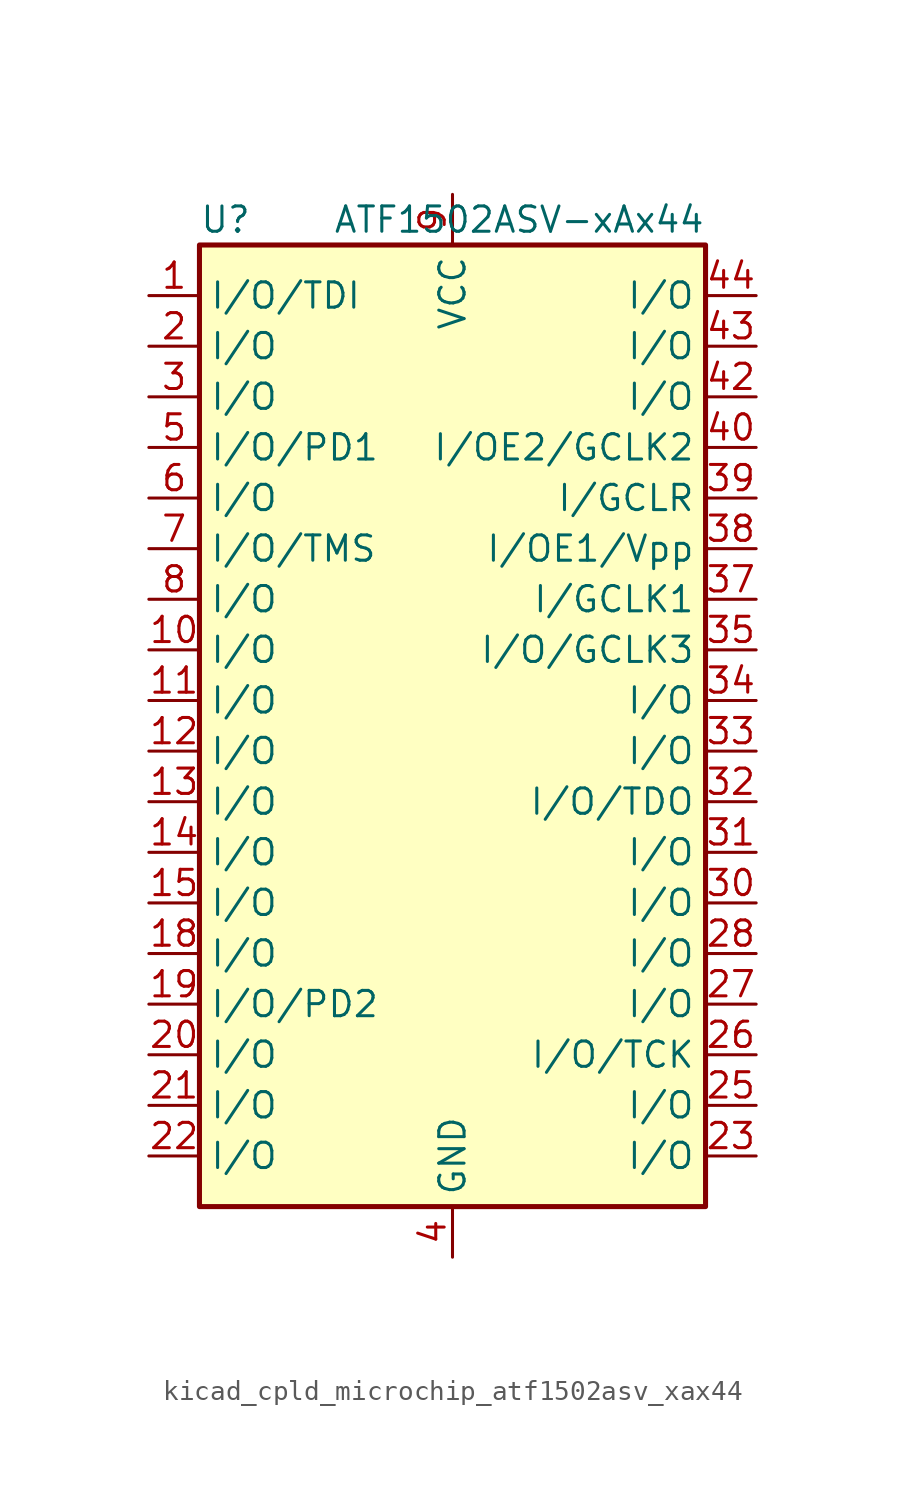
<source format=kicad_sym>
(kicad_symbol_lib
  (version 20220914)
  (generator kicad_symbol_editor)
  (symbol "kicad_cpld_microchip_atf1502asv_xax44"
    (property "Reference" "U"
      (at -12.7 24.13 0)
      (effects (font (size 1.27 1.27)) (justify left)))
    (property "Value" "ATF1502ASV-xAx44"
      (at 12.7 24.13 0)
      (effects (font (size 1.27 1.27)) (justify right)))
    (symbol "kicad_cpld_microchip_atf1502asv_xax44_0_1"
      (rectangle (start -12.7 22.86) (end 12.7 -25.4) (stroke (width 0.254) (type default)) (fill (type background))))
    (symbol "kicad_cpld_microchip_atf1502asv_xax44_1_1"
      (pin bidirectional line (at -15.24 20.32 0) (length 2.54) (name "I/O/TDI" (effects (font (size 1.27 1.27)))) (number "1" (effects (font (size 1.27 1.27)))))
      (pin bidirectional line (at -15.24 2.54 0) (length 2.54) (name "I/O" (effects (font (size 1.27 1.27)))) (number "10" (effects (font (size 1.27 1.27)))))
      (pin bidirectional line (at -15.24 0 0) (length 2.54) (name "I/O" (effects (font (size 1.27 1.27)))) (number "11" (effects (font (size 1.27 1.27)))))
      (pin bidirectional line (at -15.24 -2.54 0) (length 2.54) (name "I/O" (effects (font (size 1.27 1.27)))) (number "12" (effects (font (size 1.27 1.27)))))
      (pin bidirectional line (at -15.24 -5.08 0) (length 2.54) (name "I/O" (effects (font (size 1.27 1.27)))) (number "13" (effects (font (size 1.27 1.27)))))
      (pin bidirectional line (at -15.24 -7.62 0) (length 2.54) (name "I/O" (effects (font (size 1.27 1.27)))) (number "14" (effects (font (size 1.27 1.27)))))
      (pin bidirectional line (at -15.24 -10.16 0) (length 2.54) (name "I/O" (effects (font (size 1.27 1.27)))) (number "15" (effects (font (size 1.27 1.27)))))
      (pin passive line (at 0 -27.94 90) (length 2.54) hide (name "GND" (effects (font (size 1.27 1.27)))) (number "16" (effects (font (size 1.27 1.27)))))
      (pin passive line (at 0 25.4 270) (length 2.54) hide (name "VCC" (effects (font (size 1.27 1.27)))) (number "17" (effects (font (size 1.27 1.27)))))
      (pin bidirectional line (at -15.24 -12.7 0) (length 2.54) (name "I/O" (effects (font (size 1.27 1.27)))) (number "18" (effects (font (size 1.27 1.27)))))
      (pin bidirectional line (at -15.24 -15.24 0) (length 2.54) (name "I/O/PD2" (effects (font (size 1.27 1.27)))) (number "19" (effects (font (size 1.27 1.27)))))
      (pin bidirectional line (at -15.24 17.78 0) (length 2.54) (name "I/O" (effects (font (size 1.27 1.27)))) (number "2" (effects (font (size 1.27 1.27)))))
      (pin bidirectional line (at -15.24 -17.78 0) (length 2.54) (name "I/O" (effects (font (size 1.27 1.27)))) (number "20" (effects (font (size 1.27 1.27)))))
      (pin bidirectional line (at -15.24 -20.32 0) (length 2.54) (name "I/O" (effects (font (size 1.27 1.27)))) (number "21" (effects (font (size 1.27 1.27)))))
      (pin bidirectional line (at -15.24 -22.86 0) (length 2.54) (name "I/O" (effects (font (size 1.27 1.27)))) (number "22" (effects (font (size 1.27 1.27)))))
      (pin bidirectional line (at 15.24 -22.86 180) (length 2.54) (name "I/O" (effects (font (size 1.27 1.27)))) (number "23" (effects (font (size 1.27 1.27)))))
      (pin passive line (at 0 -27.94 90) (length 2.54) hide (name "GND" (effects (font (size 1.27 1.27)))) (number "24" (effects (font (size 1.27 1.27)))))
      (pin bidirectional line (at 15.24 -20.32 180) (length 2.54) (name "I/O" (effects (font (size 1.27 1.27)))) (number "25" (effects (font (size 1.27 1.27)))))
      (pin bidirectional line (at 15.24 -17.78 180) (length 2.54) (name "I/O/TCK" (effects (font (size 1.27 1.27)))) (number "26" (effects (font (size 1.27 1.27)))))
      (pin bidirectional line (at 15.24 -15.24 180) (length 2.54) (name "I/O" (effects (font (size 1.27 1.27)))) (number "27" (effects (font (size 1.27 1.27)))))
      (pin bidirectional line (at 15.24 -12.7 180) (length 2.54) (name "I/O" (effects (font (size 1.27 1.27)))) (number "28" (effects (font (size 1.27 1.27)))))
      (pin passive line (at 0 25.4 270) (length 2.54) hide (name "VCC" (effects (font (size 1.27 1.27)))) (number "29" (effects (font (size 1.27 1.27)))))
      (pin bidirectional line (at -15.24 15.24 0) (length 2.54) (name "I/O" (effects (font (size 1.27 1.27)))) (number "3" (effects (font (size 1.27 1.27)))))
      (pin bidirectional line (at 15.24 -10.16 180) (length 2.54) (name "I/O" (effects (font (size 1.27 1.27)))) (number "30" (effects (font (size 1.27 1.27)))))
      (pin bidirectional line (at 15.24 -7.62 180) (length 2.54) (name "I/O" (effects (font (size 1.27 1.27)))) (number "31" (effects (font (size 1.27 1.27)))))
      (pin bidirectional line (at 15.24 -5.08 180) (length 2.54) (name "I/O/TDO" (effects (font (size 1.27 1.27)))) (number "32" (effects (font (size 1.27 1.27)))))
      (pin bidirectional line (at 15.24 -2.54 180) (length 2.54) (name "I/O" (effects (font (size 1.27 1.27)))) (number "33" (effects (font (size 1.27 1.27)))))
      (pin bidirectional line (at 15.24 0 180) (length 2.54) (name "I/O" (effects (font (size 1.27 1.27)))) (number "34" (effects (font (size 1.27 1.27)))))
      (pin bidirectional line (at 15.24 2.54 180) (length 2.54) (name "I/O/GCLK3" (effects (font (size 1.27 1.27)))) (number "35" (effects (font (size 1.27 1.27)))))
      (pin passive line (at 0 -27.94 90) (length 2.54) hide (name "GND" (effects (font (size 1.27 1.27)))) (number "36" (effects (font (size 1.27 1.27)))))
      (pin input line (at 15.24 5.08 180) (length 2.54) (name "I/GCLK1" (effects (font (size 1.27 1.27)))) (number "37" (effects (font (size 1.27 1.27)))))
      (pin input line (at 15.24 7.62 180) (length 2.54) (name "I/OE1/Vpp" (effects (font (size 1.27 1.27)))) (number "38" (effects (font (size 1.27 1.27)))))
      (pin input line (at 15.24 10.16 180) (length 2.54) (name "I/GCLR" (effects (font (size 1.27 1.27)))) (number "39" (effects (font (size 1.27 1.27)))))
      (pin power_in line (at 0 -27.94 90) (length 2.54) (name "GND" (effects (font (size 1.27 1.27)))) (number "4" (effects (font (size 1.27 1.27)))))
      (pin input line (at 15.24 12.7 180) (length 2.54) (name "I/OE2/GCLK2" (effects (font (size 1.27 1.27)))) (number "40" (effects (font (size 1.27 1.27)))))
      (pin passive line (at 0 25.4 270) (length 2.54) hide (name "VCC" (effects (font (size 1.27 1.27)))) (number "41" (effects (font (size 1.27 1.27)))))
      (pin bidirectional line (at 15.24 15.24 180) (length 2.54) (name "I/O" (effects (font (size 1.27 1.27)))) (number "42" (effects (font (size 1.27 1.27)))))
      (pin bidirectional line (at 15.24 17.78 180) (length 2.54) (name "I/O" (effects (font (size 1.27 1.27)))) (number "43" (effects (font (size 1.27 1.27)))))
      (pin bidirectional line (at 15.24 20.32 180) (length 2.54) (name "I/O" (effects (font (size 1.27 1.27)))) (number "44" (effects (font (size 1.27 1.27)))))
      (pin bidirectional line (at -15.24 12.7 0) (length 2.54) (name "I/O/PD1" (effects (font (size 1.27 1.27)))) (number "5" (effects (font (size 1.27 1.27)))))
      (pin bidirectional line (at -15.24 10.16 0) (length 2.54) (name "I/O" (effects (font (size 1.27 1.27)))) (number "6" (effects (font (size 1.27 1.27)))))
      (pin bidirectional line (at -15.24 7.62 0) (length 2.54) (name "I/O/TMS" (effects (font (size 1.27 1.27)))) (number "7" (effects (font (size 1.27 1.27)))))
      (pin bidirectional line (at -15.24 5.08 0) (length 2.54) (name "I/O" (effects (font (size 1.27 1.27)))) (number "8" (effects (font (size 1.27 1.27)))))
      (pin power_in line (at 0 25.4 270) (length 2.54) (name "VCC" (effects (font (size 1.27 1.27)))) (number "9" (effects (font (size 1.27 1.27))))))))
</source>
